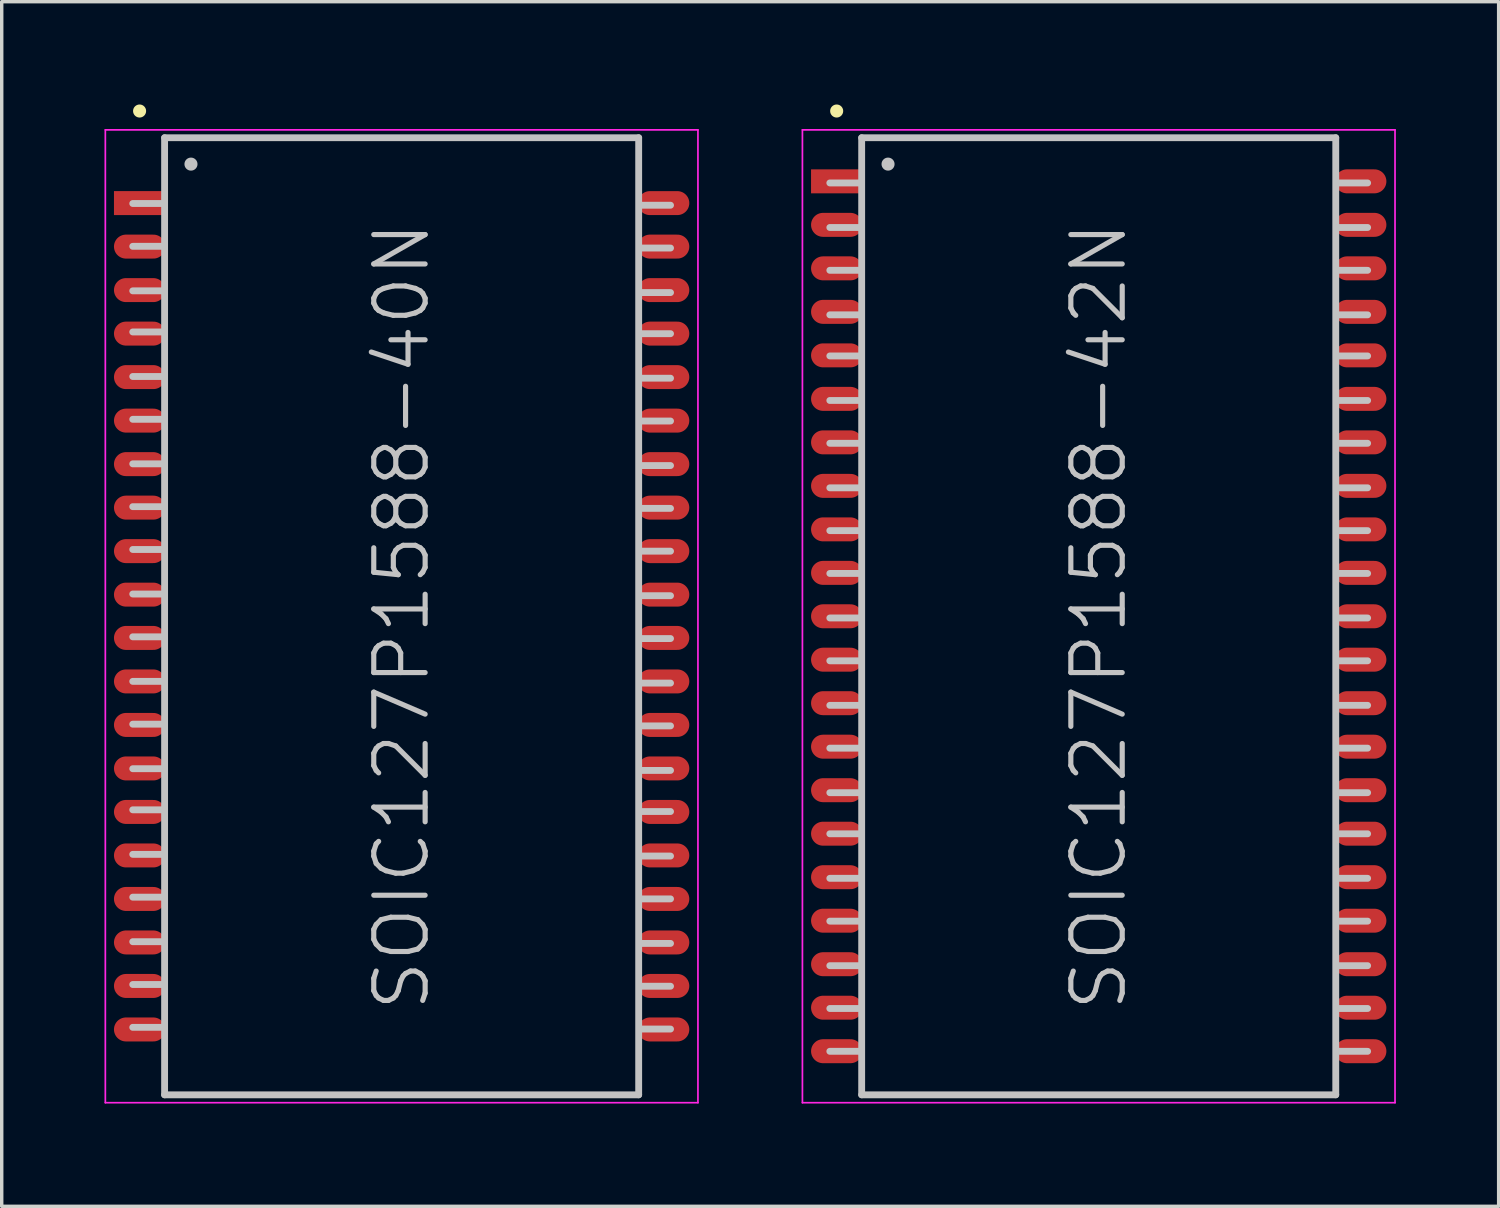
<source format=kicad_pcb>
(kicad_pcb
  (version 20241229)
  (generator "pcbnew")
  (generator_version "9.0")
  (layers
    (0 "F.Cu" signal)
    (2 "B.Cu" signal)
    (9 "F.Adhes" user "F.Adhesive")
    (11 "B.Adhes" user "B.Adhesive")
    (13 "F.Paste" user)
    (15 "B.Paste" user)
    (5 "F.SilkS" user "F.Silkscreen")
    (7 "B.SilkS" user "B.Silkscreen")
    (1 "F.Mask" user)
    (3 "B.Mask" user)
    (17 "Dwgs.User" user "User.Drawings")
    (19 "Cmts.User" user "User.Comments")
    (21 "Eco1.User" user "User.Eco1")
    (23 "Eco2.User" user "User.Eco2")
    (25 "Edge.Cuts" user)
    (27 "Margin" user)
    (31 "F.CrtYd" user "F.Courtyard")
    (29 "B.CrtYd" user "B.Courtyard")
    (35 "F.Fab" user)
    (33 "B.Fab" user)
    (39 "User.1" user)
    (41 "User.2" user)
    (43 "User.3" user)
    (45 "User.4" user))
  (footprint "SOIC127P1588-42N"
    (layer "F.Cu")
    (at 29.025 14.941)
    (property "Reference" "SOIC127P1588-42N" (at 0 0 90) (layer "Dwgs.User") (effects (font (size 1.5 1.5) (thickness 0.15))))
    (attr smd)
    (fp_line (start -7.65 -14.75) (end -7.65 -14.75) (stroke (width 0.381) (type solid)) (layer "F.SilkS"))
    (fp_line (start -6.95 -12.65) (end -7.85 -12.65) (stroke (width 0.2) (type solid)) (layer "Dwgs.User"))
    (fp_line (start -6.95 -11.35) (end -7.85 -11.35) (stroke (width 0.2) (type solid)) (layer "Dwgs.User"))
    (fp_line (start -6.95 -10.1) (end -7.85 -10.1) (stroke (width 0.2) (type solid)) (layer "Dwgs.User"))
    (fp_line (start -6.95 -8.8) (end -7.85 -8.8) (stroke (width 0.2) (type solid)) (layer "Dwgs.User"))
    (fp_line (start -6.95 -7.6) (end -7.85 -7.6) (stroke (width 0.2) (type solid)) (layer "Dwgs.User"))
    (fp_line (start -6.95 -6.3) (end -7.85 -6.3) (stroke (width 0.2) (type solid)) (layer "Dwgs.User"))
    (fp_line (start -6.95 -5.05) (end -7.85 -5.05) (stroke (width 0.2) (type solid)) (layer "Dwgs.User"))
    (fp_line (start -6.95 -3.75) (end -7.85 -3.75) (stroke (width 0.2) (type solid)) (layer "Dwgs.User"))
    (fp_line (start -6.95 -2.5) (end -7.85 -2.5) (stroke (width 0.2) (type solid)) (layer "Dwgs.User"))
    (fp_line (start -6.95 -1.25) (end -7.85 -1.25) (stroke (width 0.2) (type solid)) (layer "Dwgs.User"))
    (fp_line (start -6.95 0.05) (end -7.85 0.05) (stroke (width 0.2) (type solid)) (layer "Dwgs.User"))
    (fp_line (start -6.95 1.3) (end -7.85 1.3) (stroke (width 0.2) (type solid)) (layer "Dwgs.User"))
    (fp_line (start -6.95 2.6) (end -7.85 2.6) (stroke (width 0.2) (type solid)) (layer "Dwgs.User"))
    (fp_line (start -6.95 3.85) (end -7.85 3.85) (stroke (width 0.2) (type solid)) (layer "Dwgs.User"))
    (fp_line (start -6.95 5.15) (end -7.85 5.15) (stroke (width 0.2) (type solid)) (layer "Dwgs.User"))
    (fp_line (start -6.95 6.35) (end -7.85 6.35) (stroke (width 0.2) (type solid)) (layer "Dwgs.User"))
    (fp_line (start -6.95 7.65) (end -7.85 7.65) (stroke (width 0.2) (type solid)) (layer "Dwgs.User"))
    (fp_line (start -6.95 8.9) (end -7.85 8.9) (stroke (width 0.2) (type solid)) (layer "Dwgs.User"))
    (fp_line (start -6.95 10.2) (end -7.85 10.2) (stroke (width 0.2) (type solid)) (layer "Dwgs.User"))
    (fp_line (start -6.95 11.45) (end -7.85 11.45) (stroke (width 0.2) (type solid)) (layer "Dwgs.User"))
    (fp_line (start -6.95 12.7) (end -7.85 12.7) (stroke (width 0.2) (type solid)) (layer "Dwgs.User"))
    (fp_line (start -6.92 -13.97) (end -6.92 13.97) (stroke (width 0.2) (type solid)) (layer "Dwgs.User"))
    (fp_line (start -6.92 -13.97) (end 6.92 -13.97) (stroke (width 0.2) (type solid)) (layer "Dwgs.User"))
    (fp_line (start -6.92 13.97) (end 6.92 13.97) (stroke (width 0.2) (type solid)) (layer "Dwgs.User"))
    (fp_line (start -6.15 -13.2) (end -6.15 -13.2) (stroke (width 0.381) (type solid)) (layer "Dwgs.User"))
    (fp_line (start 6.92 -13.97) (end 6.92 13.97) (stroke (width 0.2) (type solid)) (layer "Dwgs.User"))
    (fp_line (start 7.85 -12.65) (end 6.95 -12.65) (stroke (width 0.2) (type solid)) (layer "Dwgs.User"))
    (fp_line (start 7.85 -11.35) (end 6.95 -11.35) (stroke (width 0.2) (type solid)) (layer "Dwgs.User"))
    (fp_line (start 7.85 -10.1) (end 6.95 -10.1) (stroke (width 0.2) (type solid)) (layer "Dwgs.User"))
    (fp_line (start 7.85 -8.8) (end 6.95 -8.8) (stroke (width 0.2) (type solid)) (layer "Dwgs.User"))
    (fp_line (start 7.85 -7.6) (end 6.95 -7.6) (stroke (width 0.2) (type solid)) (layer "Dwgs.User"))
    (fp_line (start 7.85 -6.3) (end 6.95 -6.3) (stroke (width 0.2) (type solid)) (layer "Dwgs.User"))
    (fp_line (start 7.85 -5.05) (end 6.95 -5.05) (stroke (width 0.2) (type solid)) (layer "Dwgs.User"))
    (fp_line (start 7.85 -3.75) (end 6.95 -3.75) (stroke (width 0.2) (type solid)) (layer "Dwgs.User"))
    (fp_line (start 7.85 -2.5) (end 6.95 -2.5) (stroke (width 0.2) (type solid)) (layer "Dwgs.User"))
    (fp_line (start 7.85 -1.25) (end 6.95 -1.25) (stroke (width 0.2) (type solid)) (layer "Dwgs.User"))
    (fp_line (start 7.85 0.05) (end 6.95 0.05) (stroke (width 0.2) (type solid)) (layer "Dwgs.User"))
    (fp_line (start 7.85 1.3) (end 6.95 1.3) (stroke (width 0.2) (type solid)) (layer "Dwgs.User"))
    (fp_line (start 7.85 2.6) (end 6.95 2.6) (stroke (width 0.2) (type solid)) (layer "Dwgs.User"))
    (fp_line (start 7.85 3.85) (end 6.95 3.85) (stroke (width 0.2) (type solid)) (layer "Dwgs.User"))
    (fp_line (start 7.85 5.15) (end 6.95 5.15) (stroke (width 0.2) (type solid)) (layer "Dwgs.User"))
    (fp_line (start 7.85 6.35) (end 6.95 6.35) (stroke (width 0.2) (type solid)) (layer "Dwgs.User"))
    (fp_line (start 7.85 7.65) (end 6.95 7.65) (stroke (width 0.2) (type solid)) (layer "Dwgs.User"))
    (fp_line (start 7.85 8.9) (end 6.95 8.9) (stroke (width 0.2) (type solid)) (layer "Dwgs.User"))
    (fp_line (start 7.85 10.2) (end 6.95 10.2) (stroke (width 0.2) (type solid)) (layer "Dwgs.User"))
    (fp_line (start 7.85 11.45) (end 6.95 11.45) (stroke (width 0.2) (type solid)) (layer "Dwgs.User"))
    (fp_line (start 7.85 12.7) (end 6.95 12.7) (stroke (width 0.2) (type solid)) (layer "Dwgs.User"))
    (fp_line (start -8.65 -14.2) (end -8.65 14.2) (stroke (width 0.05) (type solid)) (layer "F.CrtYd"))
    (fp_line (start -8.65 -14.2) (end 8.65 -14.2) (stroke (width 0.05) (type solid)) (layer "F.CrtYd"))
    (fp_line (start -8.65 14.2) (end 8.65 14.2) (stroke (width 0.05) (type solid)) (layer "F.CrtYd"))
    (fp_line (start 8.65 -14.2) (end 8.65 14.2) (stroke (width 0.05) (type solid)) (layer "F.CrtYd"))
    (pad "1" smd rect (at -7.648 -12.697 90) (size 0.7 1.5) (layers "F.Cu" "F.Mask" "F.Paste"))
    (pad "2" smd oval (at -7.648 -11.427 90) (size 0.7 1.5) (layers "F.Cu" "F.Mask" "F.Paste"))
    (pad "3" smd oval (at -7.648 -10.157 90) (size 0.7 1.5) (layers "F.Cu" "F.Mask" "F.Paste"))
    (pad "4" smd oval (at -7.648 -8.887 90) (size 0.7 1.5) (layers "F.Cu" "F.Mask" "F.Paste"))
    (pad "5" smd oval (at -7.648 -7.617 90) (size 0.7 1.5) (layers "F.Cu" "F.Mask" "F.Paste"))
    (pad "6" smd oval (at -7.648 -6.347 90) (size 0.7 1.5) (layers "F.Cu" "F.Mask" "F.Paste"))
    (pad "7" smd oval (at -7.648 -5.077 90) (size 0.7 1.5) (layers "F.Cu" "F.Mask" "F.Paste"))
    (pad "8" smd oval (at -7.648 -3.807 90) (size 0.7 1.5) (layers "F.Cu" "F.Mask" "F.Paste"))
    (pad "9" smd oval (at -7.648 -2.537 90) (size 0.7 1.5) (layers "F.Cu" "F.Mask" "F.Paste"))
    (pad "10" smd oval (at -7.648 -1.267 90) (size 0.7 1.5) (layers "F.Cu" "F.Mask" "F.Paste"))
    (pad "11" smd oval (at -7.648 0 90) (size 0.7 1.5) (layers "F.Cu" "F.Mask" "F.Paste"))
    (pad "12" smd oval (at -7.648 1.267 90) (size 0.7 1.5) (layers "F.Cu" "F.Mask" "F.Paste"))
    (pad "13" smd oval (at -7.648 2.537 90) (size 0.7 1.5) (layers "F.Cu" "F.Mask" "F.Paste"))
    (pad "14" smd oval (at -7.648 3.807 90) (size 0.7 1.5) (layers "F.Cu" "F.Mask" "F.Paste"))
    (pad "15" smd oval (at -7.648 5.077 90) (size 0.7 1.5) (layers "F.Cu" "F.Mask" "F.Paste"))
    (pad "16" smd oval (at -7.648 6.347 90) (size 0.7 1.5) (layers "F.Cu" "F.Mask" "F.Paste"))
    (pad "17" smd oval (at -7.648 7.617 90) (size 0.7 1.5) (layers "F.Cu" "F.Mask" "F.Paste"))
    (pad "18" smd oval (at -7.648 8.887 90) (size 0.7 1.5) (layers "F.Cu" "F.Mask" "F.Paste"))
    (pad "19" smd oval (at -7.648 10.157 90) (size 0.7 1.5) (layers "F.Cu" "F.Mask" "F.Paste"))
    (pad "20" smd oval (at -7.648 11.427 90) (size 0.7 1.5) (layers "F.Cu" "F.Mask" "F.Paste"))
    (pad "21" smd oval (at -7.648 12.697 90) (size 0.7 1.5) (layers "F.Cu" "F.Mask" "F.Paste"))
    (pad "22" smd oval (at 7.648 12.697 270) (size 0.7 1.5) (layers "F.Cu" "F.Mask" "F.Paste"))
    (pad "23" smd oval (at 7.648 11.427 270) (size 0.7 1.5) (layers "F.Cu" "F.Mask" "F.Paste"))
    (pad "24" smd oval (at 7.648 10.157 270) (size 0.7 1.5) (layers "F.Cu" "F.Mask" "F.Paste"))
    (pad "25" smd oval (at 7.648 8.887 270) (size 0.7 1.5) (layers "F.Cu" "F.Mask" "F.Paste"))
    (pad "26" smd oval (at 7.648 7.617 270) (size 0.7 1.5) (layers "F.Cu" "F.Mask" "F.Paste"))
    (pad "27" smd oval (at 7.648 6.347 270) (size 0.7 1.5) (layers "F.Cu" "F.Mask" "F.Paste"))
    (pad "28" smd oval (at 7.648 5.077 270) (size 0.7 1.5) (layers "F.Cu" "F.Mask" "F.Paste"))
    (pad "29" smd oval (at 7.648 3.807 270) (size 0.7 1.5) (layers "F.Cu" "F.Mask" "F.Paste"))
    (pad "30" smd oval (at 7.648 2.537 270) (size 0.7 1.5) (layers "F.Cu" "F.Mask" "F.Paste"))
    (pad "31" smd oval (at 7.648 1.267 270) (size 0.7 1.5) (layers "F.Cu" "F.Mask" "F.Paste"))
    (pad "32" smd oval (at 7.648 0 270) (size 0.7 1.5) (layers "F.Cu" "F.Mask" "F.Paste"))
    (pad "33" smd oval (at 7.648 -1.267 270) (size 0.7 1.5) (layers "F.Cu" "F.Mask" "F.Paste"))
    (pad "34" smd oval (at 7.648 -2.537 270) (size 0.7 1.5) (layers "F.Cu" "F.Mask" "F.Paste"))
    (pad "35" smd oval (at 7.648 -3.807 270) (size 0.7 1.5) (layers "F.Cu" "F.Mask" "F.Paste"))
    (pad "36" smd oval (at 7.648 -5.077 270) (size 0.7 1.5) (layers "F.Cu" "F.Mask" "F.Paste"))
    (pad "37" smd oval (at 7.648 -6.347 270) (size 0.7 1.5) (layers "F.Cu" "F.Mask" "F.Paste"))
    (pad "38" smd oval (at 7.648 -7.617 270) (size 0.7 1.5) (layers "F.Cu" "F.Mask" "F.Paste"))
    (pad "39" smd oval (at 7.648 -8.887 270) (size 0.7 1.5) (layers "F.Cu" "F.Mask" "F.Paste"))
    (pad "40" smd oval (at 7.648 -10.157 270) (size 0.7 1.5) (layers "F.Cu" "F.Mask" "F.Paste"))
    (pad "41" smd oval (at 7.648 -11.427 270) (size 0.7 1.5) (layers "F.Cu" "F.Mask" "F.Paste"))
    (pad "42" smd oval (at 7.648 -12.697 270) (size 0.7 1.5) (layers "F.Cu" "F.Mask" "F.Paste")))
  (footprint "SOIC127P1588-40N"
    (layer "F.Cu")
    (at 8.675 14.941)
    (property "Reference" "SOIC127P1588-40N" (at 0 0 90) (layer "Dwgs.User") (effects (font (size 1.5 1.5) (thickness 0.15))))
    (attr smd)
    (fp_line (start -7.65 -14.75) (end -7.65 -14.75) (stroke (width 0.381) (type solid)) (layer "F.SilkS"))
    (fp_line (start -6.95 -12.05) (end -7.85 -12.05) (stroke (width 0.2) (type solid)) (layer "Dwgs.User"))
    (fp_line (start -6.95 -10.8) (end -7.85 -10.8) (stroke (width 0.2) (type solid)) (layer "Dwgs.User"))
    (fp_line (start -6.95 -9.5) (end -7.85 -9.5) (stroke (width 0.2) (type solid)) (layer "Dwgs.User"))
    (fp_line (start -6.95 -8.3) (end -7.85 -8.3) (stroke (width 0.2) (type solid)) (layer "Dwgs.User"))
    (fp_line (start -6.95 -7) (end -7.85 -7) (stroke (width 0.2) (type solid)) (layer "Dwgs.User"))
    (fp_line (start -6.95 -5.75) (end -7.85 -5.75) (stroke (width 0.2) (type solid)) (layer "Dwgs.User"))
    (fp_line (start -6.95 -4.45) (end -7.85 -4.45) (stroke (width 0.2) (type solid)) (layer "Dwgs.User"))
    (fp_line (start -6.95 -3.2) (end -7.85 -3.2) (stroke (width 0.2) (type solid)) (layer "Dwgs.User"))
    (fp_line (start -6.95 -1.95) (end -7.85 -1.95) (stroke (width 0.2) (type solid)) (layer "Dwgs.User"))
    (fp_line (start -6.95 -0.65) (end -7.85 -0.65) (stroke (width 0.2) (type solid)) (layer "Dwgs.User"))
    (fp_line (start -6.95 0.6) (end -7.85 0.6) (stroke (width 0.2) (type solid)) (layer "Dwgs.User"))
    (fp_line (start -6.95 1.9) (end -7.85 1.9) (stroke (width 0.2) (type solid)) (layer "Dwgs.User"))
    (fp_line (start -6.95 3.15) (end -7.85 3.15) (stroke (width 0.2) (type solid)) (layer "Dwgs.User"))
    (fp_line (start -6.95 4.45) (end -7.85 4.45) (stroke (width 0.2) (type solid)) (layer "Dwgs.User"))
    (fp_line (start -6.95 5.65) (end -7.85 5.65) (stroke (width 0.2) (type solid)) (layer "Dwgs.User"))
    (fp_line (start -6.95 6.95) (end -7.85 6.95) (stroke (width 0.2) (type solid)) (layer "Dwgs.User"))
    (fp_line (start -6.95 8.2) (end -7.85 8.2) (stroke (width 0.2) (type solid)) (layer "Dwgs.User"))
    (fp_line (start -6.95 9.5) (end -7.85 9.5) (stroke (width 0.2) (type solid)) (layer "Dwgs.User"))
    (fp_line (start -6.95 10.75) (end -7.85 10.75) (stroke (width 0.2) (type solid)) (layer "Dwgs.User"))
    (fp_line (start -6.95 12) (end -7.85 12) (stroke (width 0.2) (type solid)) (layer "Dwgs.User"))
    (fp_line (start -6.92 -13.97) (end -6.92 13.97) (stroke (width 0.2) (type solid)) (layer "Dwgs.User"))
    (fp_line (start -6.92 -13.97) (end 6.92 -13.97) (stroke (width 0.2) (type solid)) (layer "Dwgs.User"))
    (fp_line (start -6.92 13.97) (end 6.92 13.97) (stroke (width 0.2) (type solid)) (layer "Dwgs.User"))
    (fp_line (start -6.15 -13.2) (end -6.15 -13.2) (stroke (width 0.381) (type solid)) (layer "Dwgs.User"))
    (fp_line (start 6.92 -13.97) (end 6.92 13.97) (stroke (width 0.2) (type solid)) (layer "Dwgs.User"))
    (fp_line (start 7.85 -12) (end 6.95 -12) (stroke (width 0.2) (type solid)) (layer "Dwgs.User"))
    (fp_line (start 7.85 -10.75) (end 6.95 -10.75) (stroke (width 0.2) (type solid)) (layer "Dwgs.User"))
    (fp_line (start 7.85 -9.45) (end 6.95 -9.45) (stroke (width 0.2) (type solid)) (layer "Dwgs.User"))
    (fp_line (start 7.85 -8.25) (end 6.95 -8.25) (stroke (width 0.2) (type solid)) (layer "Dwgs.User"))
    (fp_line (start 7.85 -6.95) (end 6.95 -6.95) (stroke (width 0.2) (type solid)) (layer "Dwgs.User"))
    (fp_line (start 7.85 -5.7) (end 6.95 -5.7) (stroke (width 0.2) (type solid)) (layer "Dwgs.User"))
    (fp_line (start 7.85 -4.4) (end 6.95 -4.4) (stroke (width 0.2) (type solid)) (layer "Dwgs.User"))
    (fp_line (start 7.85 -3.15) (end 6.95 -3.15) (stroke (width 0.2) (type solid)) (layer "Dwgs.User"))
    (fp_line (start 7.85 -1.9) (end 6.95 -1.9) (stroke (width 0.2) (type solid)) (layer "Dwgs.User"))
    (fp_line (start 7.85 -0.6) (end 6.95 -0.6) (stroke (width 0.2) (type solid)) (layer "Dwgs.User"))
    (fp_line (start 7.85 0.65) (end 6.95 0.65) (stroke (width 0.2) (type solid)) (layer "Dwgs.User"))
    (fp_line (start 7.85 1.95) (end 6.95 1.95) (stroke (width 0.2) (type solid)) (layer "Dwgs.User"))
    (fp_line (start 7.85 3.2) (end 6.95 3.2) (stroke (width 0.2) (type solid)) (layer "Dwgs.User"))
    (fp_line (start 7.85 4.5) (end 6.95 4.5) (stroke (width 0.2) (type solid)) (layer "Dwgs.User"))
    (fp_line (start 7.85 5.7) (end 6.95 5.7) (stroke (width 0.2) (type solid)) (layer "Dwgs.User"))
    (fp_line (start 7.85 7) (end 6.95 7) (stroke (width 0.2) (type solid)) (layer "Dwgs.User"))
    (fp_line (start 7.85 8.25) (end 6.95 8.25) (stroke (width 0.2) (type solid)) (layer "Dwgs.User"))
    (fp_line (start 7.85 9.55) (end 6.95 9.55) (stroke (width 0.2) (type solid)) (layer "Dwgs.User"))
    (fp_line (start 7.85 10.8) (end 6.95 10.8) (stroke (width 0.2) (type solid)) (layer "Dwgs.User"))
    (fp_line (start 7.85 12.05) (end 6.95 12.05) (stroke (width 0.2) (type solid)) (layer "Dwgs.User"))
    (fp_line (start -8.65 -14.2) (end -8.65 14.2) (stroke (width 0.05) (type solid)) (layer "F.CrtYd"))
    (fp_line (start -8.65 -14.2) (end 8.65 -14.2) (stroke (width 0.05) (type solid)) (layer "F.CrtYd"))
    (fp_line (start -8.65 14.2) (end 8.65 14.2) (stroke (width 0.05) (type solid)) (layer "F.CrtYd"))
    (fp_line (start 8.65 -14.2) (end 8.65 14.2) (stroke (width 0.05) (type solid)) (layer "F.CrtYd"))
    (pad "1" smd rect (at -7.648 -12.062 90) (size 0.7 1.5) (layers "F.Cu" "F.Mask" "F.Paste"))
    (pad "2" smd oval (at -7.648 -10.792 90) (size 0.7 1.5) (layers "F.Cu" "F.Mask" "F.Paste"))
    (pad "3" smd oval (at -7.648 -9.522 90) (size 0.7 1.5) (layers "F.Cu" "F.Mask" "F.Paste"))
    (pad "4" smd oval (at -7.648 -8.252 90) (size 0.7 1.5) (layers "F.Cu" "F.Mask" "F.Paste"))
    (pad "5" smd oval (at -7.648 -6.982 90) (size 0.7 1.5) (layers "F.Cu" "F.Mask" "F.Paste"))
    (pad "6" smd oval (at -7.648 -5.712 90) (size 0.7 1.5) (layers "F.Cu" "F.Mask" "F.Paste"))
    (pad "7" smd oval (at -7.648 -4.442 90) (size 0.7 1.5) (layers "F.Cu" "F.Mask" "F.Paste"))
    (pad "8" smd oval (at -7.648 -3.172 90) (size 0.7 1.5) (layers "F.Cu" "F.Mask" "F.Paste"))
    (pad "9" smd oval (at -7.648 -1.902 90) (size 0.7 1.5) (layers "F.Cu" "F.Mask" "F.Paste"))
    (pad "10" smd oval (at -7.648 -0.632 90) (size 0.7 1.5) (layers "F.Cu" "F.Mask" "F.Paste"))
    (pad "11" smd oval (at -7.648 0.632 90) (size 0.7 1.5) (layers "F.Cu" "F.Mask" "F.Paste"))
    (pad "12" smd oval (at -7.648 1.902 90) (size 0.7 1.5) (layers "F.Cu" "F.Mask" "F.Paste"))
    (pad "13" smd oval (at -7.648 3.172 90) (size 0.7 1.5) (layers "F.Cu" "F.Mask" "F.Paste"))
    (pad "14" smd oval (at -7.648 4.442 90) (size 0.7 1.5) (layers "F.Cu" "F.Mask" "F.Paste"))
    (pad "15" smd oval (at -7.648 5.712 90) (size 0.7 1.5) (layers "F.Cu" "F.Mask" "F.Paste"))
    (pad "16" smd oval (at -7.648 6.982 90) (size 0.7 1.5) (layers "F.Cu" "F.Mask" "F.Paste"))
    (pad "17" smd oval (at -7.648 8.252 90) (size 0.7 1.5) (layers "F.Cu" "F.Mask" "F.Paste"))
    (pad "18" smd oval (at -7.648 9.522 90) (size 0.7 1.5) (layers "F.Cu" "F.Mask" "F.Paste"))
    (pad "19" smd oval (at -7.648 10.792 90) (size 0.7 1.5) (layers "F.Cu" "F.Mask" "F.Paste"))
    (pad "20" smd oval (at -7.648 12.062 90) (size 0.7 1.5) (layers "F.Cu" "F.Mask" "F.Paste"))
    (pad "21" smd oval (at 7.648 12.062 270) (size 0.7 1.5) (layers "F.Cu" "F.Mask" "F.Paste"))
    (pad "22" smd oval (at 7.648 10.792 270) (size 0.7 1.5) (layers "F.Cu" "F.Mask" "F.Paste"))
    (pad "23" smd oval (at 7.648 9.522 270) (size 0.7 1.5) (layers "F.Cu" "F.Mask" "F.Paste"))
    (pad "24" smd oval (at 7.648 8.252 270) (size 0.7 1.5) (layers "F.Cu" "F.Mask" "F.Paste"))
    (pad "25" smd oval (at 7.648 6.982 270) (size 0.7 1.5) (layers "F.Cu" "F.Mask" "F.Paste"))
    (pad "26" smd oval (at 7.648 5.712 270) (size 0.7 1.5) (layers "F.Cu" "F.Mask" "F.Paste"))
    (pad "27" smd oval (at 7.648 4.442 270) (size 0.7 1.5) (layers "F.Cu" "F.Mask" "F.Paste"))
    (pad "28" smd oval (at 7.648 3.172 270) (size 0.7 1.5) (layers "F.Cu" "F.Mask" "F.Paste"))
    (pad "29" smd oval (at 7.648 1.902 270) (size 0.7 1.5) (layers "F.Cu" "F.Mask" "F.Paste"))
    (pad "30" smd oval (at 7.648 0.632 270) (size 0.7 1.5) (layers "F.Cu" "F.Mask" "F.Paste"))
    (pad "31" smd oval (at 7.648 -0.632 270) (size 0.7 1.5) (layers "F.Cu" "F.Mask" "F.Paste"))
    (pad "32" smd oval (at 7.648 -1.902 270) (size 0.7 1.5) (layers "F.Cu" "F.Mask" "F.Paste"))
    (pad "33" smd oval (at 7.648 -3.172 270) (size 0.7 1.5) (layers "F.Cu" "F.Mask" "F.Paste"))
    (pad "34" smd oval (at 7.648 -4.442 270) (size 0.7 1.5) (layers "F.Cu" "F.Mask" "F.Paste"))
    (pad "35" smd oval (at 7.648 -5.712 270) (size 0.7 1.5) (layers "F.Cu" "F.Mask" "F.Paste"))
    (pad "36" smd oval (at 7.648 -6.982 270) (size 0.7 1.5) (layers "F.Cu" "F.Mask" "F.Paste"))
    (pad "37" smd oval (at 7.648 -8.252 270) (size 0.7 1.5) (layers "F.Cu" "F.Mask" "F.Paste"))
    (pad "38" smd oval (at 7.648 -9.522 270) (size 0.7 1.5) (layers "F.Cu" "F.Mask" "F.Paste"))
    (pad "39" smd oval (at 7.648 -10.792 270) (size 0.7 1.5) (layers "F.Cu" "F.Mask" "F.Paste"))
    (pad "40" smd oval (at 7.648 -12.062 270) (size 0.7 1.5) (layers "F.Cu" "F.Mask" "F.Paste")))
  (gr_rect
    (start -3 -3)
    (end 40.7 32.166)
    (stroke (width 0.1) (type default))
    (fill no)
    (layer "Edge.Cuts")))
</source>
